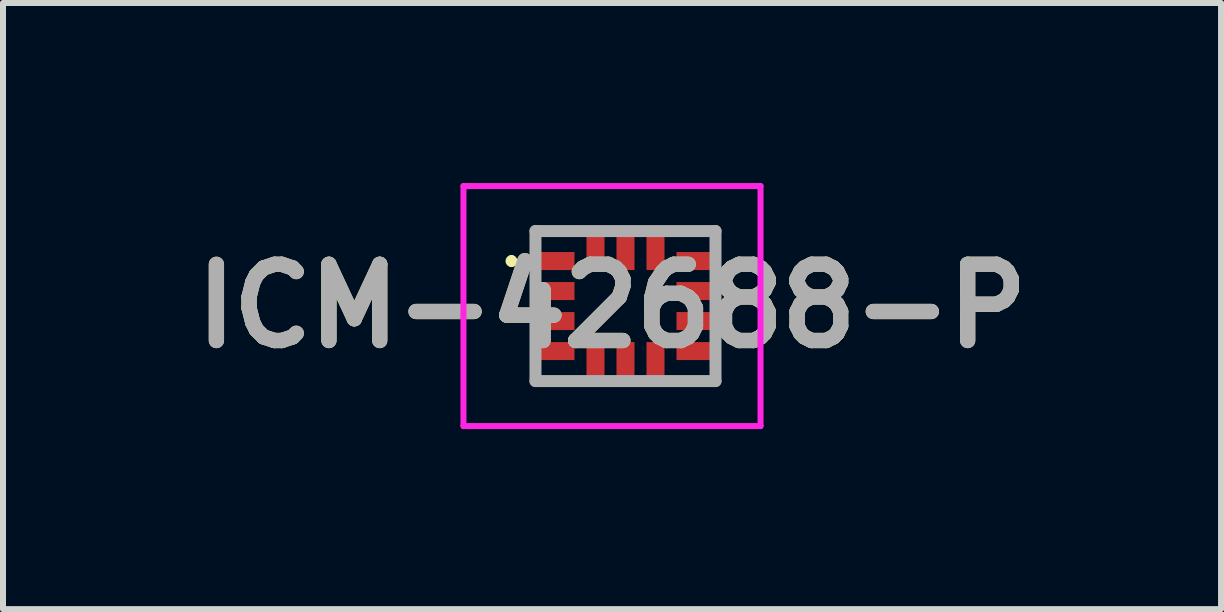
<source format=kicad_pcb>
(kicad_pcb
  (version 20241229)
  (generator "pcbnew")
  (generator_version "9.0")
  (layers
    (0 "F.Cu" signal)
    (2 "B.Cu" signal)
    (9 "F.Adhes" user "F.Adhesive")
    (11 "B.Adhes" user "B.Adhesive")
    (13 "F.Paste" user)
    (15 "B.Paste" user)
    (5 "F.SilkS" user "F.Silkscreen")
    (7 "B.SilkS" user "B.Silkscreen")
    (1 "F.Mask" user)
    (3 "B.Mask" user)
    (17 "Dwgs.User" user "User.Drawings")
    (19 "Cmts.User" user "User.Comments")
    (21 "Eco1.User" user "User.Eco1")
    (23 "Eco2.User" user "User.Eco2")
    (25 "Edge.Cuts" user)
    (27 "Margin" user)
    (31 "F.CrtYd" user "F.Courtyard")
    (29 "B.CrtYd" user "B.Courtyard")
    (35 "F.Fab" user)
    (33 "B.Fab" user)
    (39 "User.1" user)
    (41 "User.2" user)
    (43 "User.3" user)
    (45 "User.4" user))
  (footprint "ICM-42688-P"
    (layer "F.Cu")
    (at 7.373 2.05)
    (property "Reference" "ICM-42688-P" (at -0.225 0 0) (layer "F.SilkS") (effects (font (size 1.27 1.27) (thickness 0.254))))
    (attr smd)
    (fp_line (start -1.9 -0.8) (end -1.9 -0.8) (stroke (width 0.1) (type solid)) (layer "F.SilkS"))
    (fp_line (start -1.9 -0.7) (end -1.9 -0.7) (stroke (width 0.1) (type solid)) (layer "F.SilkS"))
    (fp_line (start -1.5 -1.25) (end -0.8 -1.25) (stroke (width 0.1) (type solid)) (layer "F.SilkS"))
    (fp_line (start -1.5 -1) (end -1.5 -1.25) (stroke (width 0.1) (type solid)) (layer "F.SilkS"))
    (fp_line (start -1.5 1.1) (end -1.5 1.25) (stroke (width 0.1) (type solid)) (layer "F.SilkS"))
    (fp_line (start -1.5 1.25) (end -0.8 1.25) (stroke (width 0.1) (type solid)) (layer "F.SilkS"))
    (fp_line (start 0.8 -1.25) (end 1.5 -1.25) (stroke (width 0.1) (type solid)) (layer "F.SilkS"))
    (fp_line (start 0.8 1.25) (end 1.5 1.25) (stroke (width 0.1) (type solid)) (layer "F.SilkS"))
    (fp_line (start 1.5 -1.25) (end 1.5 -1) (stroke (width 0.1) (type solid)) (layer "F.SilkS"))
    (fp_line (start 1.5 1.25) (end 1.5 1) (stroke (width 0.1) (type solid)) (layer "F.SilkS"))
    (fp_arc (start -1.9 -0.8) (mid -1.85 -0.75) (end -1.9 -0.7) (stroke (width 0.1) (type solid)) (layer "F.SilkS"))
    (fp_arc (start -1.9 -0.7) (mid -1.95 -0.75) (end -1.9 -0.8) (stroke (width 0.1) (type solid)) (layer "F.SilkS"))
    (fp_line (start -2.7 -2) (end 2.25 -2) (stroke (width 0.1) (type solid)) (layer "F.CrtYd"))
    (fp_line (start -2.7 2) (end -2.7 -2) (stroke (width 0.1) (type solid)) (layer "F.CrtYd"))
    (fp_line (start 2.25 -2) (end 2.25 2) (stroke (width 0.1) (type solid)) (layer "F.CrtYd"))
    (fp_line (start 2.25 2) (end -2.7 2) (stroke (width 0.1) (type solid)) (layer "F.CrtYd"))
    (fp_line (start -1.5 -1.25) (end 1.5 -1.25) (stroke (width 0.2) (type solid)) (layer "F.Fab"))
    (fp_line (start -1.5 1.25) (end -1.5 -1.25) (stroke (width 0.2) (type solid)) (layer "F.Fab"))
    (fp_line (start 1.5 -1.25) (end 1.5 1.25) (stroke (width 0.2) (type solid)) (layer "F.Fab"))
    (fp_line (start 1.5 1.25) (end -1.5 1.25) (stroke (width 0.2) (type solid)) (layer "F.Fab"))
    (fp_text user "${REFERENCE}" (at -0.225 0 0) (layer "F.Fab") (effects (font (size 1.27 1.27) (thickness 0.254))))
    (pad "1" smd rect (at -1.15 -0.75 90) (size 0.3 0.6) (layers "F.Cu" "F.Mask" "F.Paste"))
    (pad "2" smd rect (at -1.15 -0.25 90) (size 0.3 0.6) (layers "F.Cu" "F.Mask" "F.Paste"))
    (pad "3" smd rect (at -1.15 0.25 90) (size 0.3 0.6) (layers "F.Cu" "F.Mask" "F.Paste"))
    (pad "4" smd rect (at -1.15 0.75 90) (size 0.3 0.6) (layers "F.Cu" "F.Mask" "F.Paste"))
    (pad "5" smd rect (at -0.5 0.9) (size 0.3 0.6) (layers "F.Cu" "F.Mask" "F.Paste"))
    (pad "6" smd rect (at 0 0.9) (size 0.3 0.6) (layers "F.Cu" "F.Mask" "F.Paste"))
    (pad "7" smd rect (at 0.5 0.9) (size 0.3 0.6) (layers "F.Cu" "F.Mask" "F.Paste"))
    (pad "8" smd rect (at 1.15 0.75 90) (size 0.3 0.6) (layers "F.Cu" "F.Mask" "F.Paste"))
    (pad "9" smd rect (at 1.15 0.25 90) (size 0.3 0.6) (layers "F.Cu" "F.Mask" "F.Paste"))
    (pad "10" smd rect (at 1.15 -0.25 90) (size 0.3 0.6) (layers "F.Cu" "F.Mask" "F.Paste"))
    (pad "11" smd rect (at 1.15 -0.75 90) (size 0.3 0.6) (layers "F.Cu" "F.Mask" "F.Paste"))
    (pad "12" smd rect (at 0.5 -0.9) (size 0.3 0.6) (layers "F.Cu" "F.Mask" "F.Paste"))
    (pad "13" smd rect (at 0 -0.9) (size 0.3 0.6) (layers "F.Cu" "F.Mask" "F.Paste"))
    (pad "14" smd rect (at -0.5 -0.9) (size 0.3 0.6) (layers "F.Cu" "F.Mask" "F.Paste")))
  (gr_rect
    (start -3 -3)
    (end 17.297 7.1)
    (stroke (width 0.1) (type default))
    (fill no)
    (layer "Edge.Cuts")))
</source>
